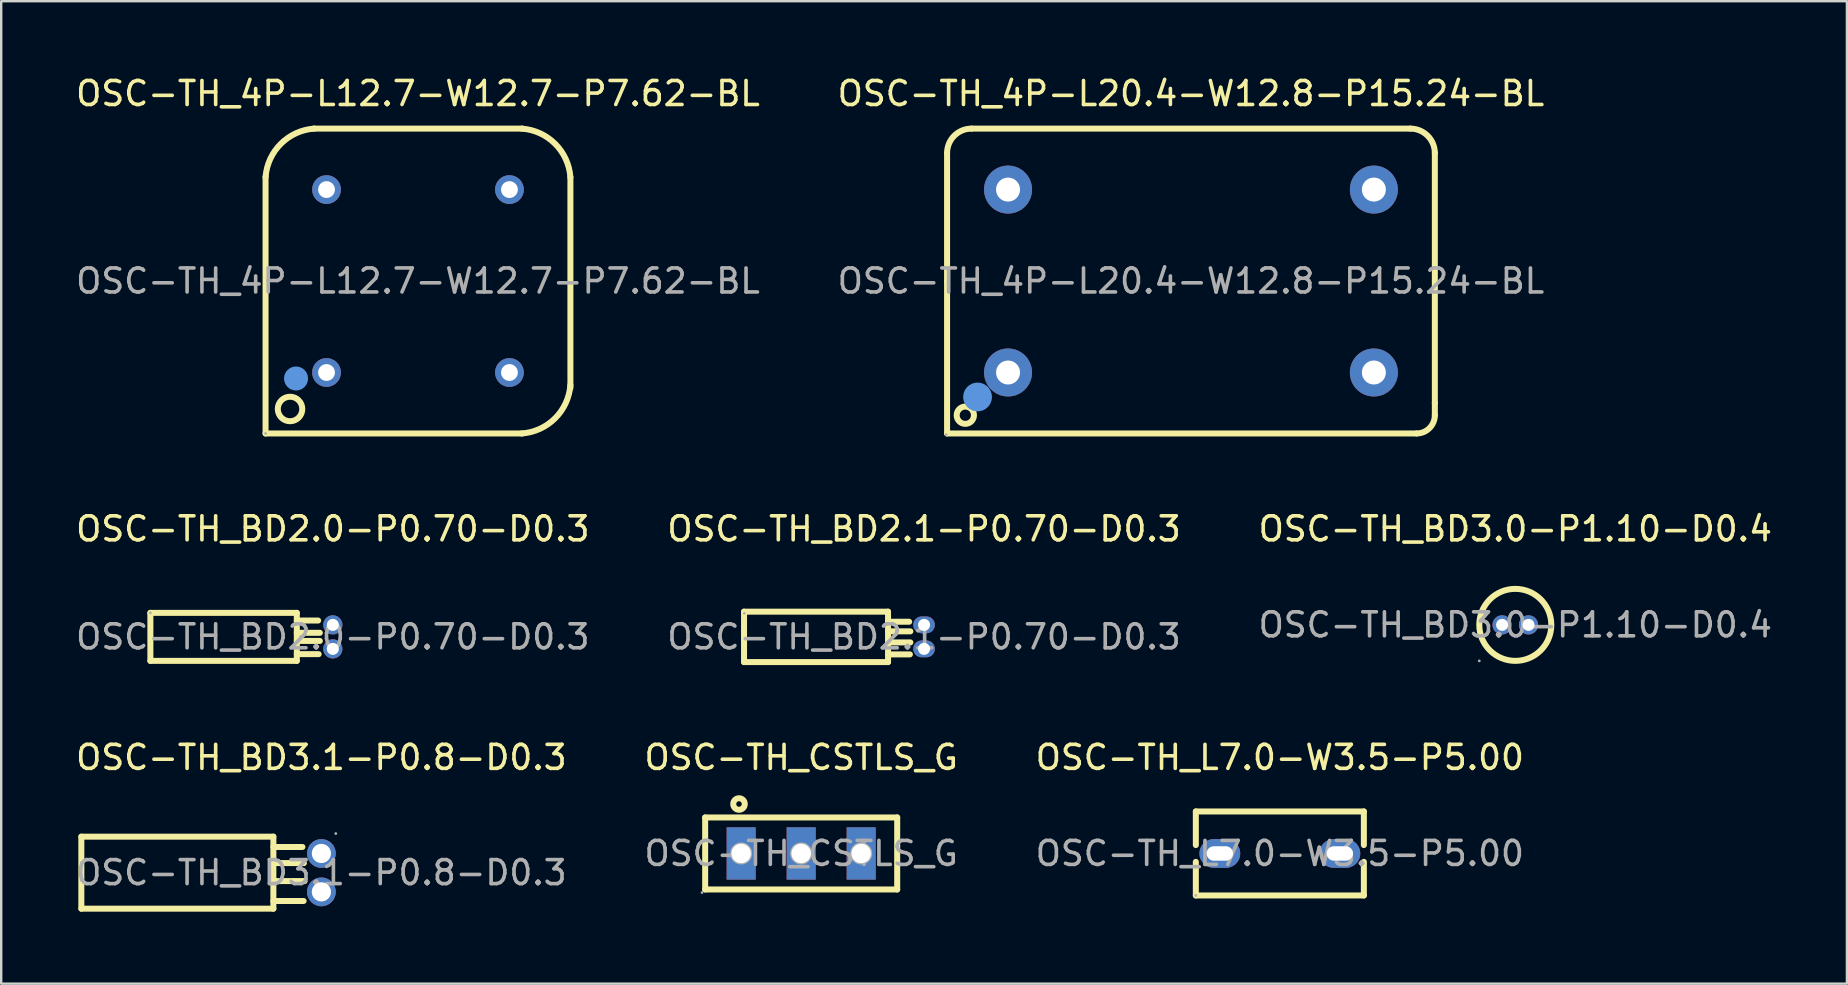
<source format=kicad_pcb>
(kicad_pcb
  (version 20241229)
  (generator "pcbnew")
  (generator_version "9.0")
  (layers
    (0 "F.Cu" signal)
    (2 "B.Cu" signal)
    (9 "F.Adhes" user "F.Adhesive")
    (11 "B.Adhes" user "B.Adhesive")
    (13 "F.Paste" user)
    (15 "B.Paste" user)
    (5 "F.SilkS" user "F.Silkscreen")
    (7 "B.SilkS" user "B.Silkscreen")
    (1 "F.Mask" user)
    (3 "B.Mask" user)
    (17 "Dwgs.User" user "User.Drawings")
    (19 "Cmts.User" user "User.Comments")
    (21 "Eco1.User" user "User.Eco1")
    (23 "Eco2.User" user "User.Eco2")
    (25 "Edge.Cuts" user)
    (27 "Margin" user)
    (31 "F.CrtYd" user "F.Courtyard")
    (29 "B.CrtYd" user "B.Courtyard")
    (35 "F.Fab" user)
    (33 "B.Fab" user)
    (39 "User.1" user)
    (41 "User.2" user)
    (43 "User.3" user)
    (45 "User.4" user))
  (footprint "OSC-TH_BD2.1-P0.70-D0.3"
    (layer "F.Cu")
    (at 35.446 23.482)
    (property "Reference" "OSC-TH_BD2.1-P0.70-D0.3" (at 0 -4.5 0) (layer "F.SilkS") (effects (font (size 1 1) (thickness 0.15))))
    (attr through_hole)
    (fp_line (start -7.5 -1.05) (end -7.5 1.05) (stroke (width 0.25) (type solid)) (layer "F.SilkS"))
    (fp_line (start -1.5 -1.05) (end -7.5 -1.05) (stroke (width 0.25) (type solid)) (layer "F.SilkS"))
    (fp_line (start -1.5 -1.05) (end -1.5 1.05) (stroke (width 0.25) (type solid)) (layer "F.SilkS"))
    (fp_line (start -1.5 -0.63) (end -0.62 -0.63) (stroke (width 0.25) (type solid)) (layer "F.SilkS"))
    (fp_line (start -1.5 -0.23) (end -0.57 -0.23) (stroke (width 0.25) (type solid)) (layer "F.SilkS"))
    (fp_line (start -1.5 0.23) (end -0.57 0.23) (stroke (width 0.25) (type solid)) (layer "F.SilkS"))
    (fp_line (start -1.5 0.73) (end -0.59 0.73) (stroke (width 0.25) (type solid)) (layer "F.SilkS"))
    (fp_line (start -1.5 1.05) (end -7.5 1.05) (stroke (width 0.25) (type solid)) (layer "F.SilkS"))
    (fp_circle (center -7.49 -0.98) (end -7.46 -0.98) (stroke (width 0.06) (type solid)) (fill no) (layer "F.Fab"))
    (fp_circle (center 0 -0.5) (end 0.07 -0.5) (stroke (width 0.13) (type solid)) (fill no) (layer "F.Fab"))
    (fp_circle (center 0 0.5) (end 0.07 0.5) (stroke (width 0.13) (type solid)) (fill no) (layer "F.Fab"))
    (fp_text user "${REFERENCE}" (at 0 0 0) (layer "F.Fab") (effects (font (size 1 1) (thickness 0.15))))
    (pad "1" thru_hole oval (at 0 -0.5) (size 0.9 0.7) (drill 0.5) (layers "*.Cu" "*.Paste" "*.Mask"))
    (pad "2" thru_hole oval (at 0 0.5) (size 0.9 0.7) (drill 0.5) (layers "*.Cu" "*.Paste" "*.Mask")))
  (footprint "OSC-TH_CSTLS_G"
    (layer "F.Cu")
    (at 30.327 32.505)
    (property "Reference" "OSC-TH_CSTLS_G" (at 0 -4 0) (layer "F.SilkS") (effects (font (size 1 1) (thickness 0.15))))
    (attr through_hole)
    (fp_line (start -4 -1.5) (end -4 1.5) (stroke (width 0.25) (type solid)) (layer "F.SilkS"))
    (fp_line (start -4 -1.5) (end 4 -1.5) (stroke (width 0.25) (type solid)) (layer "F.SilkS"))
    (fp_line (start -4 1.5) (end 4 1.5) (stroke (width 0.25) (type solid)) (layer "F.SilkS"))
    (fp_line (start 4 -1.5) (end 4 1.5) (stroke (width 0.25) (type solid)) (layer "F.SilkS"))
    (fp_circle (center -2.59 -2.06) (end -2.35 -2.06) (stroke (width 0.25) (type solid)) (fill no) (layer "F.SilkS"))
    (fp_circle (center -4.13 1.63) (end -4.1 1.63) (stroke (width 0.06) (type solid)) (fill no) (layer "F.Fab"))
    (fp_circle (center -2.5 0) (end -2.35 0) (stroke (width 0.31) (type solid)) (fill no) (layer "F.Fab"))
    (fp_circle (center 0 0) (end 0.15 0) (stroke (width 0.31) (type solid)) (fill no) (layer "F.Fab"))
    (fp_circle (center 2.5 0) (end 2.65 0) (stroke (width 0.31) (type solid)) (fill no) (layer "F.Fab"))
    (fp_text user "${REFERENCE}" (at 0 0 0) (layer "F.Fab") (effects (font (size 1 1) (thickness 0.15))))
    (pad "1" thru_hole rect (at -2.5 0 90) (size 2.18 1.21) (drill 0.813) (layers "*.Cu" "*.Paste" "*.Mask"))
    (pad "2" thru_hole rect (at 0 0 90) (size 2.18 1.21) (drill 0.813) (layers "*.Cu" "*.Paste" "*.Mask"))
    (pad "3" thru_hole rect (at 2.5 0 90) (size 2.18 1.21) (drill 0.813) (layers "*.Cu" "*.Paste" "*.Mask")))
  (footprint "OSC-TH_BD3.0-P1.10-D0.4"
    (layer "F.Cu")
    (at 60.077 22.982)
    (property "Reference" "OSC-TH_BD3.0-P1.10-D0.4" (at 0 -4 0) (layer "F.SilkS") (effects (font (size 1 1) (thickness 0.15))))
    (attr through_hole)
    (fp_circle (center 0 0) (end 1.5 0) (stroke (width 0.25) (type solid)) (fill no) (layer "F.SilkS"))
    (fp_circle (center -1.5 1.5) (end -1.47 1.5) (stroke (width 0.06) (type solid)) (fill no) (layer "F.Fab"))
    (fp_circle (center -0.55 0) (end -0.46 0) (stroke (width 0.18) (type solid)) (fill no) (layer "F.Fab"))
    (fp_circle (center 0.55 0) (end 0.64 0) (stroke (width 0.18) (type solid)) (fill no) (layer "F.Fab"))
    (fp_text user "${REFERENCE}" (at 0 0 0) (layer "F.Fab") (effects (font (size 1 1) (thickness 0.15))))
    (pad "1" thru_hole circle (at -0.55 0) (size 0.8 0.8) (drill 0.5) (layers "*.Cu" "*.Paste" "*.Mask"))
    (pad "2" thru_hole circle (at 0.55 0) (size 0.8 0.8) (drill 0.5) (layers "*.Cu" "*.Paste" "*.Mask")))
  (footprint "OSC-TH_4P-L20.4-W12.8-P15.24-BL"
    (layer "F.Cu")
    (at 46.565 8.658)
    (property "Reference" "OSC-TH_4P-L20.4-W12.8-P15.24-BL" (at 0 -7.81 0) (layer "F.SilkS") (effects (font (size 1 1) (thickness 0.15))))
    (attr through_hole)
    (fp_line (start -10.16 0) (end -10.16 -5.33) (stroke (width 0.25) (type solid)) (layer "F.SilkS"))
    (fp_line (start -10.16 6.35) (end -10.16 0) (stroke (width 0.25) (type solid)) (layer "F.SilkS"))
    (fp_line (start -9.14 -6.35) (end 9.14 -6.35) (stroke (width 0.25) (type solid)) (layer "F.SilkS"))
    (fp_line (start 9.4 6.35) (end -10.16 6.35) (stroke (width 0.25) (type solid)) (layer "F.SilkS"))
    (fp_line (start 10.16 -5.33) (end 10.16 5.08) (stroke (width 0.25) (type solid)) (layer "F.SilkS"))
    (fp_line (start 10.16 5.08) (end 10.16 5.59) (stroke (width 0.25) (type solid)) (layer "F.SilkS"))
    (fp_arc (start -10.16 -5.33) (mid -9.861249 -6.051249) (end -9.14 -6.35) (stroke (width 0.25) (type solid)) (layer "F.SilkS"))
    (fp_arc (start 9.14 -6.35) (mid 9.861249 -6.051249) (end 10.16 -5.33) (stroke (width 0.25) (type solid)) (layer "F.SilkS"))
    (fp_arc (start 10.16 5.59) (mid 9.937401 6.127401) (end 9.4 6.35) (stroke (width 0.25) (type solid)) (layer "F.SilkS"))
    (fp_circle (center -9.4 5.59) (end -9.04 5.59) (stroke (width 0.25) (type solid)) (fill no) (layer "F.SilkS"))
    (fp_circle (center -8.89 4.83) (end -8.59 4.83) (stroke (width 0.6) (type solid)) (fill no) (layer "Cmts.User"))
    (fp_circle (center -10.2 6.4) (end -10.17 6.4) (stroke (width 0.06) (type solid)) (fill no) (layer "F.Fab"))
    (fp_circle (center -7.62 -3.81) (end -7.51 -3.81) (stroke (width 0.22) (type solid)) (fill no) (layer "F.Fab"))
    (fp_circle (center -7.62 3.81) (end -7.51 3.81) (stroke (width 0.22) (type solid)) (fill no) (layer "F.Fab"))
    (fp_circle (center 7.62 -3.81) (end 7.73 -3.81) (stroke (width 0.22) (type solid)) (fill no) (layer "F.Fab"))
    (fp_circle (center 7.62 3.81) (end 7.73 3.81) (stroke (width 0.22) (type solid)) (fill no) (layer "F.Fab"))
    (fp_text user "${REFERENCE}" (at 0 0 0) (layer "F.Fab") (effects (font (size 1 1) (thickness 0.15))))
    (pad "1" thru_hole circle (at -7.62 3.81) (size 2 2) (drill 1) (layers "*.Cu" "*.Paste" "*.Mask"))
    (pad "2" thru_hole circle (at 7.62 3.81) (size 2 2) (drill 1) (layers "*.Cu" "*.Paste" "*.Mask"))
    (pad "3" thru_hole circle (at 7.62 -3.81) (size 2 2) (drill 1) (layers "*.Cu" "*.Paste" "*.Mask"))
    (pad "4" thru_hole circle (at -7.62 -3.81) (size 2 2) (drill 1) (layers "*.Cu" "*.Paste" "*.Mask")))
  (footprint "OSC-TH_BD3.1-P0.8-D0.3"
    (layer "F.Cu")
    (at 10.339 33.305)
    (property "Reference" "OSC-TH_BD3.1-P0.8-D0.3" (at 0 -4.8 0) (layer "F.SilkS") (effects (font (size 1 1) (thickness 0.15))))
    (attr through_hole)
    (fp_line (start -10 -1.5) (end -10 1.5) (stroke (width 0.25) (type solid)) (layer "F.SilkS"))
    (fp_line (start -2 -1.5) (end -10 -1.5) (stroke (width 0.25) (type solid)) (layer "F.SilkS"))
    (fp_line (start -2 -1.5) (end -2 1.5) (stroke (width 0.25) (type solid)) (layer "F.SilkS"))
    (fp_line (start -2 -1.07) (end -0.79 -1.07) (stroke (width 0.25) (type solid)) (layer "F.SilkS"))
    (fp_line (start -2 -0.4) (end -0.73 -0.4) (stroke (width 0.25) (type solid)) (layer "F.SilkS"))
    (fp_line (start -2 0.35) (end -0.7 0.35) (stroke (width 0.25) (type solid)) (layer "F.SilkS"))
    (fp_line (start -2 1.18) (end -0.74 1.18) (stroke (width 0.25) (type solid)) (layer "F.SilkS"))
    (fp_line (start -2 1.5) (end -10 1.5) (stroke (width 0.25) (type solid)) (layer "F.SilkS"))
    (fp_circle (center 0 -0.8) (end 0.15 -0.8) (stroke (width 0.3) (type solid)) (fill no) (layer "F.Fab"))
    (fp_circle (center 0 0.8) (end 0.15 0.8) (stroke (width 0.3) (type solid)) (fill no) (layer "F.Fab"))
    (fp_circle (center 0.6 -1.63) (end 0.63 -1.63) (stroke (width 0.06) (type solid)) (fill no) (layer "F.Fab"))
    (fp_text user "${REFERENCE}" (at 0 0 0) (layer "F.Fab") (effects (font (size 1 1) (thickness 0.15))))
    (pad "1" thru_hole circle (at 0 -0.8 270) (size 1.2 1.2) (drill 0.8) (layers "*.Cu" "*.Paste" "*.Mask"))
    (pad "2" thru_hole circle (at 0 0.8 270) (size 1.2 1.2) (drill 0.8) (layers "*.Cu" "*.Paste" "*.Mask")))
  (footprint "OSC-TH_L7.0-W3.5-P5.00"
    (layer "F.Cu")
    (at 50.268 32.505)
    (property "Reference" "OSC-TH_L7.0-W3.5-P5.00" (at 0 -4 0) (layer "F.SilkS") (effects (font (size 1 1) (thickness 0.15))))
    (attr through_hole)
    (fp_line (start -3.5 -1.75) (end -3.5 -0.35) (stroke (width 0.25) (type solid)) (layer "F.SilkS"))
    (fp_line (start -3.5 -1.75) (end 3.5 -1.75) (stroke (width 0.25) (type solid)) (layer "F.SilkS"))
    (fp_line (start -3.5 0.35) (end -3.5 1.75) (stroke (width 0.25) (type solid)) (layer "F.SilkS"))
    (fp_line (start 3.5 -1.75) (end 3.5 -0.35) (stroke (width 0.25) (type solid)) (layer "F.SilkS"))
    (fp_line (start 3.5 0.35) (end 3.5 1.75) (stroke (width 0.25) (type solid)) (layer "F.SilkS"))
    (fp_line (start 3.5 1.75) (end -3.5 1.75) (stroke (width 0.25) (type solid)) (layer "F.SilkS"))
    (fp_circle (center -3.5 1.75) (end -3.47 1.75) (stroke (width 0.06) (type solid)) (fill no) (layer "F.Fab"))
    (fp_text user "${REFERENCE}" (at 0 0 0) (layer "F.Fab") (effects (font (size 1 1) (thickness 0.15))))
    (pad "1" thru_hole oval (at -2.5 0) (size 1.7 1.2) (drill oval 1.1 0.6) (layers "*.Cu" "*.Paste" "*.Mask"))
    (pad "2" thru_hole oval (at 2.5 0) (size 1.7 1.2) (drill oval 1.1 0.6) (layers "*.Cu" "*.Paste" "*.Mask")))
  (footprint "OSC-TH_BD2.0-P0.70-D0.3"
    (layer "F.Cu")
    (at 10.815 23.482)
    (property "Reference" "OSC-TH_BD2.0-P0.70-D0.3" (at 0 -4.5 0) (layer "F.SilkS") (effects (font (size 1 1) (thickness 0.15))))
    (attr through_hole)
    (fp_line (start -7.6 1) (end -7.6 -1) (stroke (width 0.25) (type solid)) (layer "F.SilkS"))
    (fp_line (start -1.5 -1) (end -7.6 -1) (stroke (width 0.25) (type solid)) (layer "F.SilkS"))
    (fp_line (start -1.5 -1) (end -1.5 1) (stroke (width 0.25) (type solid)) (layer "F.SilkS"))
    (fp_line (start -1.5 -0.68) (end -0.61 -0.68) (stroke (width 0.25) (type solid)) (layer "F.SilkS"))
    (fp_line (start -1.5 -0.17) (end -0.54 -0.17) (stroke (width 0.25) (type solid)) (layer "F.SilkS"))
    (fp_line (start -1.5 0.17) (end -0.54 0.17) (stroke (width 0.25) (type solid)) (layer "F.SilkS"))
    (fp_line (start -1.5 0.72) (end -0.59 0.72) (stroke (width 0.25) (type solid)) (layer "F.SilkS"))
    (fp_line (start -1.5 1) (end -7.6 1) (stroke (width 0.25) (type solid)) (layer "F.SilkS"))
    (fp_circle (center -7.6 -1) (end -7.57 -1) (stroke (width 0.06) (type solid)) (fill no) (layer "F.Fab"))
    (fp_circle (center 0 -0.5) (end 0.07 -0.5) (stroke (width 0.15) (type solid)) (fill no) (layer "F.Fab"))
    (fp_circle (center 0 0.5) (end 0.07 0.5) (stroke (width 0.15) (type solid)) (fill no) (layer "F.Fab"))
    (fp_text user "${REFERENCE}" (at 0 0 0) (layer "F.Fab") (effects (font (size 1 1) (thickness 0.15))))
    (pad "1" thru_hole circle (at 0 -0.5 270) (size 0.8 0.8) (drill 0.5) (layers "*.Cu" "*.Paste" "*.Mask"))
    (pad "2" thru_hole circle (at 0 0.5 270) (size 0.8 0.8) (drill 0.5) (layers "*.Cu" "*.Paste" "*.Mask")))
  (footprint "OSC-TH_4P-L12.7-W12.7-P7.62-BL"
    (layer "F.Cu")
    (at 14.363 8.658)
    (property "Reference" "OSC-TH_4P-L12.7-W12.7-P7.62-BL" (at 0 -7.81 0) (layer "F.SilkS") (effects (font (size 1 1) (thickness 0.15))))
    (attr through_hole)
    (fp_line (start -6.35 6.35) (end -6.35 -4.35) (stroke (width 0.25) (type solid)) (layer "F.SilkS"))
    (fp_line (start -4.35 -6.35) (end 4.35 -6.35) (stroke (width 0.25) (type solid)) (layer "F.SilkS"))
    (fp_line (start 4.35 6.35) (end -6.35 6.35) (stroke (width 0.25) (type solid)) (layer "F.SilkS"))
    (fp_line (start 6.35 4.46) (end 6.35 -4.32) (stroke (width 0.25) (type solid)) (layer "F.SilkS"))
    (fp_arc (start -6.349414 -4.328281) (mid -5.712199 -5.71807) (end -4.32 -6.35) (stroke (width 0.25) (type solid)) (layer "F.SilkS"))
    (fp_arc (start 4.328281 -6.349414) (mid 5.71807 -5.712199) (end 6.35 -4.32) (stroke (width 0.25) (type solid)) (layer "F.SilkS"))
    (fp_arc (start 6.349414 4.328281) (mid 5.712199 5.71807) (end 4.32 6.35) (stroke (width 0.25) (type solid)) (layer "F.SilkS"))
    (fp_circle (center -5.33 5.33) (end -4.82 5.33) (stroke (width 0.25) (type solid)) (fill no) (layer "F.SilkS"))
    (fp_circle (center -5.08 4.06) (end -4.83 4.06) (stroke (width 0.5) (type solid)) (fill no) (layer "Cmts.User"))
    (fp_circle (center -6.35 6.35) (end -6.32 6.35) (stroke (width 0.06) (type solid)) (fill no) (layer "F.Fab"))
    (fp_circle (center -3.81 -3.81) (end -3.7 -3.81) (stroke (width 0.22) (type solid)) (fill no) (layer "F.Fab"))
    (fp_circle (center -3.81 3.81) (end -3.7 3.81) (stroke (width 0.22) (type solid)) (fill no) (layer "F.Fab"))
    (fp_circle (center 3.81 -3.81) (end 3.92 -3.81) (stroke (width 0.22) (type solid)) (fill no) (layer "F.Fab"))
    (fp_circle (center 3.81 3.81) (end 3.92 3.81) (stroke (width 0.22) (type solid)) (fill no) (layer "F.Fab"))
    (fp_text user "${REFERENCE}" (at 0 0 0) (layer "F.Fab") (effects (font (size 1 1) (thickness 0.15))))
    (pad "1" thru_hole circle (at -3.81 3.81) (size 1.2 1.2) (drill 0.7) (layers "*.Cu" "*.Paste" "*.Mask"))
    (pad "2" thru_hole circle (at 3.81 3.81) (size 1.2 1.2) (drill 0.7) (layers "*.Cu" "*.Paste" "*.Mask"))
    (pad "3" thru_hole circle (at 3.81 -3.81) (size 1.2 1.2) (drill 0.7) (layers "*.Cu" "*.Paste" "*.Mask"))
    (pad "4" thru_hole circle (at -3.81 -3.81) (size 1.2 1.2) (drill 0.7) (layers "*.Cu" "*.Paste" "*.Mask")))
  (gr_rect
    (start -3 -3)
    (end 73.893 37.93)
    (stroke (width 0.1) (type default))
    (fill no)
    (layer "Edge.Cuts")))
</source>
